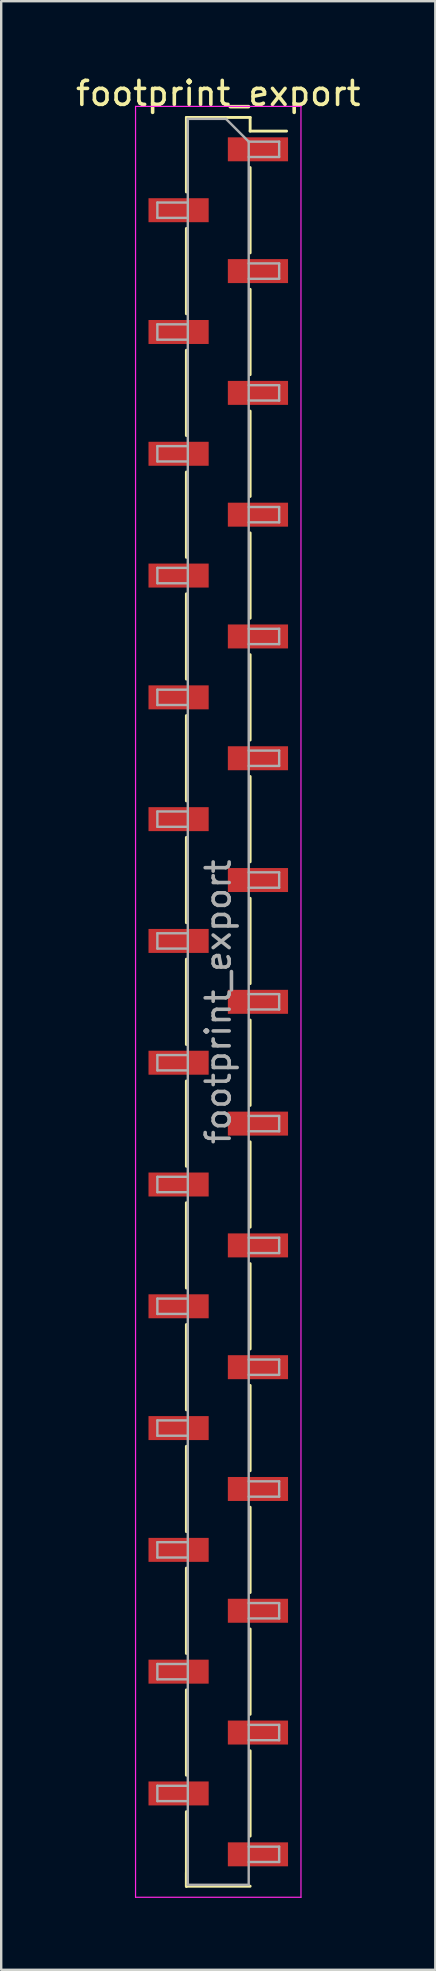
<source format=kicad_pcb>
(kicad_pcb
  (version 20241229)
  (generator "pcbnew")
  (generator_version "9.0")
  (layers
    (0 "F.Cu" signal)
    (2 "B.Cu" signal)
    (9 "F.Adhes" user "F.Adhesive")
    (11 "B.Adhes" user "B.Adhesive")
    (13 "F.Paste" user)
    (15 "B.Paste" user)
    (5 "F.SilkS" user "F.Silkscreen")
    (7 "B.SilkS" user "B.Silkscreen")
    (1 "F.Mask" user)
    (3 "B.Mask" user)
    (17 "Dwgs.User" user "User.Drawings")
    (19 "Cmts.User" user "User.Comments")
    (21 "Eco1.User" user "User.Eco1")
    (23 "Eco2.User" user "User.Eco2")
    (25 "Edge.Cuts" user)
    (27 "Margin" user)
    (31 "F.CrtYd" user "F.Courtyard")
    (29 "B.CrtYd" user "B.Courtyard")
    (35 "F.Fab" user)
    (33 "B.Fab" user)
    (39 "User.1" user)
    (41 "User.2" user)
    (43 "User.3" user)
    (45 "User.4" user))
  (footprint "footprint_export"
    (layer "F.Cu")
    (at 6.054 38.738)
    (property "Reference" "footprint_export" (at 0 -37.89 0) (layer "F.SilkS") (effects (font (size 1 1) (thickness 0.15))))
    (attr smd)
    (fp_line (start -1.33 -36.89) (end -1.33 -33.78) (stroke (width 0.12) (type solid)) (layer "F.SilkS"))
    (fp_line (start -1.33 -36.89) (end 1.33 -36.89) (stroke (width 0.12) (type solid)) (layer "F.SilkS"))
    (fp_line (start -1.33 -32.26) (end -1.33 -28.7) (stroke (width 0.12) (type solid)) (layer "F.SilkS"))
    (fp_line (start -1.33 -27.18) (end -1.33 -23.62) (stroke (width 0.12) (type solid)) (layer "F.SilkS"))
    (fp_line (start -1.33 -22.1) (end -1.33 -18.54) (stroke (width 0.12) (type solid)) (layer "F.SilkS"))
    (fp_line (start -1.33 -17.02) (end -1.33 -13.46) (stroke (width 0.12) (type solid)) (layer "F.SilkS"))
    (fp_line (start -1.33 -11.94) (end -1.33 -8.38) (stroke (width 0.12) (type solid)) (layer "F.SilkS"))
    (fp_line (start -1.33 -6.86) (end -1.33 -3.3) (stroke (width 0.12) (type solid)) (layer "F.SilkS"))
    (fp_line (start -1.33 -1.78) (end -1.33 1.78) (stroke (width 0.12) (type solid)) (layer "F.SilkS"))
    (fp_line (start -1.33 3.3) (end -1.33 6.86) (stroke (width 0.12) (type solid)) (layer "F.SilkS"))
    (fp_line (start -1.33 8.38) (end -1.33 11.94) (stroke (width 0.12) (type solid)) (layer "F.SilkS"))
    (fp_line (start -1.33 13.46) (end -1.33 17.02) (stroke (width 0.12) (type solid)) (layer "F.SilkS"))
    (fp_line (start -1.33 18.54) (end -1.33 22.1) (stroke (width 0.12) (type solid)) (layer "F.SilkS"))
    (fp_line (start -1.33 23.62) (end -1.33 27.18) (stroke (width 0.12) (type solid)) (layer "F.SilkS"))
    (fp_line (start -1.33 28.7) (end -1.33 32.26) (stroke (width 0.12) (type solid)) (layer "F.SilkS"))
    (fp_line (start -1.33 33.78) (end -1.33 36.89) (stroke (width 0.12) (type solid)) (layer "F.SilkS"))
    (fp_line (start -1.33 36.32) (end -1.33 36.89) (stroke (width 0.12) (type solid)) (layer "F.SilkS"))
    (fp_line (start -1.33 36.89) (end 1.33 36.89) (stroke (width 0.12) (type solid)) (layer "F.SilkS"))
    (fp_line (start 1.33 -36.89) (end 1.33 -36.32) (stroke (width 0.12) (type solid)) (layer "F.SilkS"))
    (fp_line (start 1.33 -36.32) (end 2.85 -36.32) (stroke (width 0.12) (type solid)) (layer "F.SilkS"))
    (fp_line (start 1.33 -34.8) (end 1.33 -31.24) (stroke (width 0.12) (type solid)) (layer "F.SilkS"))
    (fp_line (start 1.33 -29.72) (end 1.33 -26.16) (stroke (width 0.12) (type solid)) (layer "F.SilkS"))
    (fp_line (start 1.33 -24.64) (end 1.33 -21.08) (stroke (width 0.12) (type solid)) (layer "F.SilkS"))
    (fp_line (start 1.33 -19.56) (end 1.33 -16) (stroke (width 0.12) (type solid)) (layer "F.SilkS"))
    (fp_line (start 1.33 -14.48) (end 1.33 -10.92) (stroke (width 0.12) (type solid)) (layer "F.SilkS"))
    (fp_line (start 1.33 -9.4) (end 1.33 -5.84) (stroke (width 0.12) (type solid)) (layer "F.SilkS"))
    (fp_line (start 1.33 -4.32) (end 1.33 -0.76) (stroke (width 0.12) (type solid)) (layer "F.SilkS"))
    (fp_line (start 1.33 0.76) (end 1.33 4.32) (stroke (width 0.12) (type solid)) (layer "F.SilkS"))
    (fp_line (start 1.33 5.84) (end 1.33 9.4) (stroke (width 0.12) (type solid)) (layer "F.SilkS"))
    (fp_line (start 1.33 10.92) (end 1.33 14.48) (stroke (width 0.12) (type solid)) (layer "F.SilkS"))
    (fp_line (start 1.33 16) (end 1.33 19.56) (stroke (width 0.12) (type solid)) (layer "F.SilkS"))
    (fp_line (start 1.33 21.08) (end 1.33 24.64) (stroke (width 0.12) (type solid)) (layer "F.SilkS"))
    (fp_line (start 1.33 26.16) (end 1.33 29.72) (stroke (width 0.12) (type solid)) (layer "F.SilkS"))
    (fp_line (start 1.33 31.24) (end 1.33 34.8) (stroke (width 0.12) (type solid)) (layer "F.SilkS"))
    (fp_line (start -3.45 -37.35) (end -3.45 37.35) (stroke (width 0.05) (type solid)) (layer "F.CrtYd"))
    (fp_line (start -3.45 37.35) (end 3.45 37.35) (stroke (width 0.05) (type solid)) (layer "F.CrtYd"))
    (fp_line (start 3.45 -37.35) (end -3.45 -37.35) (stroke (width 0.05) (type solid)) (layer "F.CrtYd"))
    (fp_line (start 3.45 37.35) (end 3.45 -37.35) (stroke (width 0.05) (type solid)) (layer "F.CrtYd"))
    (fp_line (start -2.54 -33.34) (end -2.54 -32.7) (stroke (width 0.1) (type solid)) (layer "F.Fab"))
    (fp_line (start -2.54 -32.7) (end -1.27 -32.7) (stroke (width 0.1) (type solid)) (layer "F.Fab"))
    (fp_line (start -2.54 -28.26) (end -2.54 -27.62) (stroke (width 0.1) (type solid)) (layer "F.Fab"))
    (fp_line (start -2.54 -27.62) (end -1.27 -27.62) (stroke (width 0.1) (type solid)) (layer "F.Fab"))
    (fp_line (start -2.54 -23.18) (end -2.54 -22.54) (stroke (width 0.1) (type solid)) (layer "F.Fab"))
    (fp_line (start -2.54 -22.54) (end -1.27 -22.54) (stroke (width 0.1) (type solid)) (layer "F.Fab"))
    (fp_line (start -2.54 -18.1) (end -2.54 -17.46) (stroke (width 0.1) (type solid)) (layer "F.Fab"))
    (fp_line (start -2.54 -17.46) (end -1.27 -17.46) (stroke (width 0.1) (type solid)) (layer "F.Fab"))
    (fp_line (start -2.54 -13.02) (end -2.54 -12.38) (stroke (width 0.1) (type solid)) (layer "F.Fab"))
    (fp_line (start -2.54 -12.38) (end -1.27 -12.38) (stroke (width 0.1) (type solid)) (layer "F.Fab"))
    (fp_line (start -2.54 -7.94) (end -2.54 -7.3) (stroke (width 0.1) (type solid)) (layer "F.Fab"))
    (fp_line (start -2.54 -7.3) (end -1.27 -7.3) (stroke (width 0.1) (type solid)) (layer "F.Fab"))
    (fp_line (start -2.54 -2.86) (end -2.54 -2.22) (stroke (width 0.1) (type solid)) (layer "F.Fab"))
    (fp_line (start -2.54 -2.22) (end -1.27 -2.22) (stroke (width 0.1) (type solid)) (layer "F.Fab"))
    (fp_line (start -2.54 2.22) (end -2.54 2.86) (stroke (width 0.1) (type solid)) (layer "F.Fab"))
    (fp_line (start -2.54 2.86) (end -1.27 2.86) (stroke (width 0.1) (type solid)) (layer "F.Fab"))
    (fp_line (start -2.54 7.3) (end -2.54 7.94) (stroke (width 0.1) (type solid)) (layer "F.Fab"))
    (fp_line (start -2.54 7.94) (end -1.27 7.94) (stroke (width 0.1) (type solid)) (layer "F.Fab"))
    (fp_line (start -2.54 12.38) (end -2.54 13.02) (stroke (width 0.1) (type solid)) (layer "F.Fab"))
    (fp_line (start -2.54 13.02) (end -1.27 13.02) (stroke (width 0.1) (type solid)) (layer "F.Fab"))
    (fp_line (start -2.54 17.46) (end -2.54 18.1) (stroke (width 0.1) (type solid)) (layer "F.Fab"))
    (fp_line (start -2.54 18.1) (end -1.27 18.1) (stroke (width 0.1) (type solid)) (layer "F.Fab"))
    (fp_line (start -2.54 22.54) (end -2.54 23.18) (stroke (width 0.1) (type solid)) (layer "F.Fab"))
    (fp_line (start -2.54 23.18) (end -1.27 23.18) (stroke (width 0.1) (type solid)) (layer "F.Fab"))
    (fp_line (start -2.54 27.62) (end -2.54 28.26) (stroke (width 0.1) (type solid)) (layer "F.Fab"))
    (fp_line (start -2.54 28.26) (end -1.27 28.26) (stroke (width 0.1) (type solid)) (layer "F.Fab"))
    (fp_line (start -2.54 32.7) (end -2.54 33.34) (stroke (width 0.1) (type solid)) (layer "F.Fab"))
    (fp_line (start -2.54 33.34) (end -1.27 33.34) (stroke (width 0.1) (type solid)) (layer "F.Fab"))
    (fp_line (start -1.27 -36.83) (end -1.27 36.83) (stroke (width 0.1) (type solid)) (layer "F.Fab"))
    (fp_line (start -1.27 -36.83) (end 0.32 -36.83) (stroke (width 0.1) (type solid)) (layer "F.Fab"))
    (fp_line (start -1.27 -33.34) (end -2.54 -33.34) (stroke (width 0.1) (type solid)) (layer "F.Fab"))
    (fp_line (start -1.27 -28.26) (end -2.54 -28.26) (stroke (width 0.1) (type solid)) (layer "F.Fab"))
    (fp_line (start -1.27 -23.18) (end -2.54 -23.18) (stroke (width 0.1) (type solid)) (layer "F.Fab"))
    (fp_line (start -1.27 -18.1) (end -2.54 -18.1) (stroke (width 0.1) (type solid)) (layer "F.Fab"))
    (fp_line (start -1.27 -13.02) (end -2.54 -13.02) (stroke (width 0.1) (type solid)) (layer "F.Fab"))
    (fp_line (start -1.27 -7.94) (end -2.54 -7.94) (stroke (width 0.1) (type solid)) (layer "F.Fab"))
    (fp_line (start -1.27 -2.86) (end -2.54 -2.86) (stroke (width 0.1) (type solid)) (layer "F.Fab"))
    (fp_line (start -1.27 2.22) (end -2.54 2.22) (stroke (width 0.1) (type solid)) (layer "F.Fab"))
    (fp_line (start -1.27 7.3) (end -2.54 7.3) (stroke (width 0.1) (type solid)) (layer "F.Fab"))
    (fp_line (start -1.27 12.38) (end -2.54 12.38) (stroke (width 0.1) (type solid)) (layer "F.Fab"))
    (fp_line (start -1.27 17.46) (end -2.54 17.46) (stroke (width 0.1) (type solid)) (layer "F.Fab"))
    (fp_line (start -1.27 22.54) (end -2.54 22.54) (stroke (width 0.1) (type solid)) (layer "F.Fab"))
    (fp_line (start -1.27 27.62) (end -2.54 27.62) (stroke (width 0.1) (type solid)) (layer "F.Fab"))
    (fp_line (start -1.27 32.7) (end -2.54 32.7) (stroke (width 0.1) (type solid)) (layer "F.Fab"))
    (fp_line (start 1.27 -35.88) (end 0.32 -36.83) (stroke (width 0.1) (type solid)) (layer "F.Fab"))
    (fp_line (start 1.27 -35.88) (end 2.54 -35.88) (stroke (width 0.1) (type solid)) (layer "F.Fab"))
    (fp_line (start 1.27 -30.8) (end 2.54 -30.8) (stroke (width 0.1) (type solid)) (layer "F.Fab"))
    (fp_line (start 1.27 -25.72) (end 2.54 -25.72) (stroke (width 0.1) (type solid)) (layer "F.Fab"))
    (fp_line (start 1.27 -20.64) (end 2.54 -20.64) (stroke (width 0.1) (type solid)) (layer "F.Fab"))
    (fp_line (start 1.27 -15.56) (end 2.54 -15.56) (stroke (width 0.1) (type solid)) (layer "F.Fab"))
    (fp_line (start 1.27 -10.48) (end 2.54 -10.48) (stroke (width 0.1) (type solid)) (layer "F.Fab"))
    (fp_line (start 1.27 -5.4) (end 2.54 -5.4) (stroke (width 0.1) (type solid)) (layer "F.Fab"))
    (fp_line (start 1.27 -0.32) (end 2.54 -0.32) (stroke (width 0.1) (type solid)) (layer "F.Fab"))
    (fp_line (start 1.27 4.76) (end 2.54 4.76) (stroke (width 0.1) (type solid)) (layer "F.Fab"))
    (fp_line (start 1.27 9.84) (end 2.54 9.84) (stroke (width 0.1) (type solid)) (layer "F.Fab"))
    (fp_line (start 1.27 14.92) (end 2.54 14.92) (stroke (width 0.1) (type solid)) (layer "F.Fab"))
    (fp_line (start 1.27 20) (end 2.54 20) (stroke (width 0.1) (type solid)) (layer "F.Fab"))
    (fp_line (start 1.27 25.08) (end 2.54 25.08) (stroke (width 0.1) (type solid)) (layer "F.Fab"))
    (fp_line (start 1.27 30.16) (end 2.54 30.16) (stroke (width 0.1) (type solid)) (layer "F.Fab"))
    (fp_line (start 1.27 35.24) (end 2.54 35.24) (stroke (width 0.1) (type solid)) (layer "F.Fab"))
    (fp_line (start 1.27 36.83) (end -1.27 36.83) (stroke (width 0.1) (type solid)) (layer "F.Fab"))
    (fp_line (start 1.27 36.83) (end 1.27 -35.88) (stroke (width 0.1) (type solid)) (layer "F.Fab"))
    (fp_line (start 2.54 -35.88) (end 2.54 -35.24) (stroke (width 0.1) (type solid)) (layer "F.Fab"))
    (fp_line (start 2.54 -35.24) (end 1.27 -35.24) (stroke (width 0.1) (type solid)) (layer "F.Fab"))
    (fp_line (start 2.54 -30.8) (end 2.54 -30.16) (stroke (width 0.1) (type solid)) (layer "F.Fab"))
    (fp_line (start 2.54 -30.16) (end 1.27 -30.16) (stroke (width 0.1) (type solid)) (layer "F.Fab"))
    (fp_line (start 2.54 -25.72) (end 2.54 -25.08) (stroke (width 0.1) (type solid)) (layer "F.Fab"))
    (fp_line (start 2.54 -25.08) (end 1.27 -25.08) (stroke (width 0.1) (type solid)) (layer "F.Fab"))
    (fp_line (start 2.54 -20.64) (end 2.54 -20) (stroke (width 0.1) (type solid)) (layer "F.Fab"))
    (fp_line (start 2.54 -20) (end 1.27 -20) (stroke (width 0.1) (type solid)) (layer "F.Fab"))
    (fp_line (start 2.54 -15.56) (end 2.54 -14.92) (stroke (width 0.1) (type solid)) (layer "F.Fab"))
    (fp_line (start 2.54 -14.92) (end 1.27 -14.92) (stroke (width 0.1) (type solid)) (layer "F.Fab"))
    (fp_line (start 2.54 -10.48) (end 2.54 -9.84) (stroke (width 0.1) (type solid)) (layer "F.Fab"))
    (fp_line (start 2.54 -9.84) (end 1.27 -9.84) (stroke (width 0.1) (type solid)) (layer "F.Fab"))
    (fp_line (start 2.54 -5.4) (end 2.54 -4.76) (stroke (width 0.1) (type solid)) (layer "F.Fab"))
    (fp_line (start 2.54 -4.76) (end 1.27 -4.76) (stroke (width 0.1) (type solid)) (layer "F.Fab"))
    (fp_line (start 2.54 -0.32) (end 2.54 0.32) (stroke (width 0.1) (type solid)) (layer "F.Fab"))
    (fp_line (start 2.54 0.32) (end 1.27 0.32) (stroke (width 0.1) (type solid)) (layer "F.Fab"))
    (fp_line (start 2.54 4.76) (end 2.54 5.4) (stroke (width 0.1) (type solid)) (layer "F.Fab"))
    (fp_line (start 2.54 5.4) (end 1.27 5.4) (stroke (width 0.1) (type solid)) (layer "F.Fab"))
    (fp_line (start 2.54 9.84) (end 2.54 10.48) (stroke (width 0.1) (type solid)) (layer "F.Fab"))
    (fp_line (start 2.54 10.48) (end 1.27 10.48) (stroke (width 0.1) (type solid)) (layer "F.Fab"))
    (fp_line (start 2.54 14.92) (end 2.54 15.56) (stroke (width 0.1) (type solid)) (layer "F.Fab"))
    (fp_line (start 2.54 15.56) (end 1.27 15.56) (stroke (width 0.1) (type solid)) (layer "F.Fab"))
    (fp_line (start 2.54 20) (end 2.54 20.64) (stroke (width 0.1) (type solid)) (layer "F.Fab"))
    (fp_line (start 2.54 20.64) (end 1.27 20.64) (stroke (width 0.1) (type solid)) (layer "F.Fab"))
    (fp_line (start 2.54 25.08) (end 2.54 25.72) (stroke (width 0.1) (type solid)) (layer "F.Fab"))
    (fp_line (start 2.54 25.72) (end 1.27 25.72) (stroke (width 0.1) (type solid)) (layer "F.Fab"))
    (fp_line (start 2.54 30.16) (end 2.54 30.8) (stroke (width 0.1) (type solid)) (layer "F.Fab"))
    (fp_line (start 2.54 30.8) (end 1.27 30.8) (stroke (width 0.1) (type solid)) (layer "F.Fab"))
    (fp_line (start 2.54 35.24) (end 2.54 35.88) (stroke (width 0.1) (type solid)) (layer "F.Fab"))
    (fp_line (start 2.54 35.88) (end 1.27 35.88) (stroke (width 0.1) (type solid)) (layer "F.Fab"))
    (fp_text user "${REFERENCE}" (at 0 0 90) (layer "F.Fab") (effects (font (size 1 1) (thickness 0.15))))
    (pad "1" smd rect (at 1.655 -35.56) (size 2.51 1) (layers "F.Cu" "F.Mask" "F.Paste"))
    (pad "2" smd rect (at -1.655 -33.02) (size 2.51 1) (layers "F.Cu" "F.Mask" "F.Paste"))
    (pad "3" smd rect (at 1.655 -30.48) (size 2.51 1) (layers "F.Cu" "F.Mask" "F.Paste"))
    (pad "4" smd rect (at -1.655 -27.94) (size 2.51 1) (layers "F.Cu" "F.Mask" "F.Paste"))
    (pad "5" smd rect (at 1.655 -25.4) (size 2.51 1) (layers "F.Cu" "F.Mask" "F.Paste"))
    (pad "6" smd rect (at -1.655 -22.86) (size 2.51 1) (layers "F.Cu" "F.Mask" "F.Paste"))
    (pad "7" smd rect (at 1.655 -20.32) (size 2.51 1) (layers "F.Cu" "F.Mask" "F.Paste"))
    (pad "8" smd rect (at -1.655 -17.78) (size 2.51 1) (layers "F.Cu" "F.Mask" "F.Paste"))
    (pad "9" smd rect (at 1.655 -15.24) (size 2.51 1) (layers "F.Cu" "F.Mask" "F.Paste"))
    (pad "10" smd rect (at -1.655 -12.7) (size 2.51 1) (layers "F.Cu" "F.Mask" "F.Paste"))
    (pad "11" smd rect (at 1.655 -10.16) (size 2.51 1) (layers "F.Cu" "F.Mask" "F.Paste"))
    (pad "12" smd rect (at -1.655 -7.62) (size 2.51 1) (layers "F.Cu" "F.Mask" "F.Paste"))
    (pad "13" smd rect (at 1.655 -5.08) (size 2.51 1) (layers "F.Cu" "F.Mask" "F.Paste"))
    (pad "14" smd rect (at -1.655 -2.54) (size 2.51 1) (layers "F.Cu" "F.Mask" "F.Paste"))
    (pad "15" smd rect (at 1.655 0) (size 2.51 1) (layers "F.Cu" "F.Mask" "F.Paste"))
    (pad "16" smd rect (at -1.655 2.54) (size 2.51 1) (layers "F.Cu" "F.Mask" "F.Paste"))
    (pad "17" smd rect (at 1.655 5.08) (size 2.51 1) (layers "F.Cu" "F.Mask" "F.Paste"))
    (pad "18" smd rect (at -1.655 7.62) (size 2.51 1) (layers "F.Cu" "F.Mask" "F.Paste"))
    (pad "19" smd rect (at 1.655 10.16) (size 2.51 1) (layers "F.Cu" "F.Mask" "F.Paste"))
    (pad "20" smd rect (at -1.655 12.7) (size 2.51 1) (layers "F.Cu" "F.Mask" "F.Paste"))
    (pad "21" smd rect (at 1.655 15.24) (size 2.51 1) (layers "F.Cu" "F.Mask" "F.Paste"))
    (pad "22" smd rect (at -1.655 17.78) (size 2.51 1) (layers "F.Cu" "F.Mask" "F.Paste"))
    (pad "23" smd rect (at 1.655 20.32) (size 2.51 1) (layers "F.Cu" "F.Mask" "F.Paste"))
    (pad "24" smd rect (at -1.655 22.86) (size 2.51 1) (layers "F.Cu" "F.Mask" "F.Paste"))
    (pad "25" smd rect (at 1.655 25.4) (size 2.51 1) (layers "F.Cu" "F.Mask" "F.Paste"))
    (pad "26" smd rect (at -1.655 27.94) (size 2.51 1) (layers "F.Cu" "F.Mask" "F.Paste"))
    (pad "27" smd rect (at 1.655 30.48) (size 2.51 1) (layers "F.Cu" "F.Mask" "F.Paste"))
    (pad "28" smd rect (at -1.655 33.02) (size 2.51 1) (layers "F.Cu" "F.Mask" "F.Paste"))
    (pad "29" smd rect (at 1.655 35.56) (size 2.51 1) (layers "F.Cu" "F.Mask" "F.Paste")))
  (gr_rect
    (start -3 -3)
    (end 15.107 79.113)
    (stroke (width 0.1) (type default))
    (fill no)
    (layer "Edge.Cuts")))
</source>
